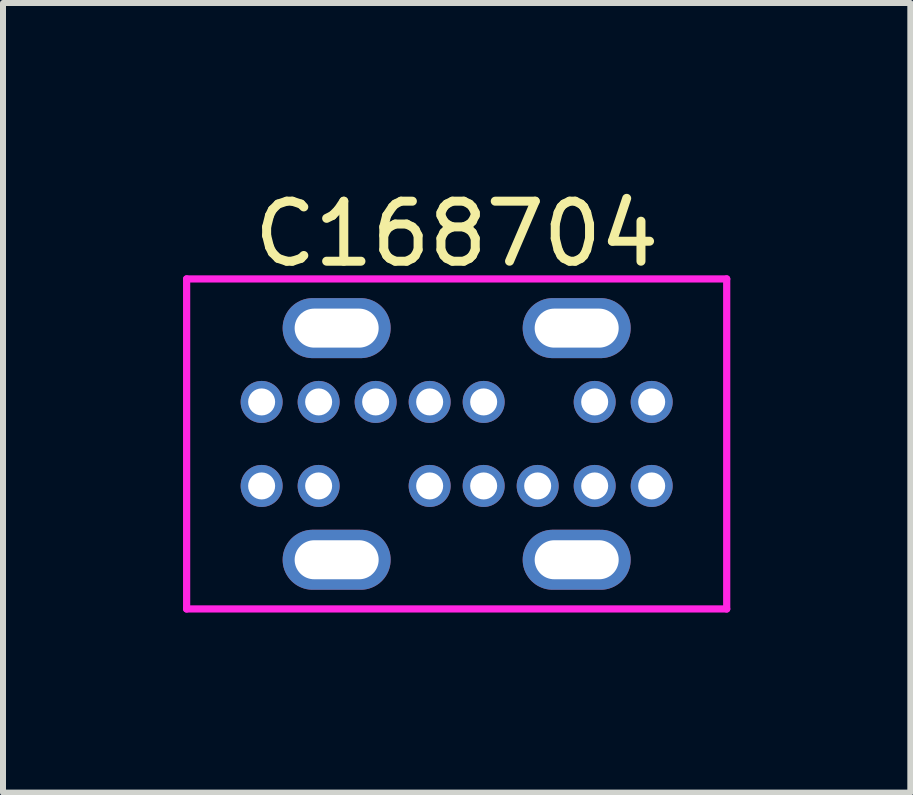
<source format=kicad_pcb>
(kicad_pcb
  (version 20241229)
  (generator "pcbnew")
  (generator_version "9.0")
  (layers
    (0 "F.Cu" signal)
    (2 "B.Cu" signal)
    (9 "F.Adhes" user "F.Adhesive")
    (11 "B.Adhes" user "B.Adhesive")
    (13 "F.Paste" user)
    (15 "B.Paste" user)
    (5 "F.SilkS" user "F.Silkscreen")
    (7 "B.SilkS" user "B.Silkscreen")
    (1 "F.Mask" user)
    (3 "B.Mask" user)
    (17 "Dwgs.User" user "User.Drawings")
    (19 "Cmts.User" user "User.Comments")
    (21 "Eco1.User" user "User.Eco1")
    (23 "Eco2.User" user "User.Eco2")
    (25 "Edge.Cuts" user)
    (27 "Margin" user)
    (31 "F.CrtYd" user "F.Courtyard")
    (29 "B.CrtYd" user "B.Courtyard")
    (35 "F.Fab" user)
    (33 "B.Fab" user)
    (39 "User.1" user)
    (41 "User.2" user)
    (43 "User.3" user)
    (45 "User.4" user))
  (footprint "C168704"
    (layer "F.Cu")
    (at 4.56 4.348)
    (property "Reference" "C168704" (at 0 -3.5 0) (layer "F.SilkS") (effects (font (size 1 1) (thickness 0.15))))
    (attr through_hole)
    (fp_line (start -4.5 -2.75) (end -4.5 2.75) (stroke (width 0.12) (type solid)) (layer "F.CrtYd"))
    (fp_line (start -4.5 -2.75) (end 4.5 -2.75) (stroke (width 0.12) (type solid)) (layer "F.CrtYd"))
    (fp_line (start 4.5 -2.75) (end 4.5 2.75) (stroke (width 0.12) (type solid)) (layer "F.CrtYd"))
    (fp_line (start 4.5 2.75) (end -4.5 2.75) (stroke (width 0.12) (type solid)) (layer "F.CrtYd"))
    (pad "1" thru_hole circle (at -0.45 0.7) (size 0.7 0.7) (drill 0.45) (layers "*.Cu" "*.Mask"))
    (pad "1" thru_hole circle (at 0.45 -0.7) (size 0.7 0.7) (drill 0.45) (layers "*.Cu" "*.Mask"))
    (pad "2" thru_hole circle (at -0.45 -0.7) (size 0.7 0.7) (drill 0.45) (layers "*.Cu" "*.Mask"))
    (pad "2" thru_hole circle (at 0.45 0.7) (size 0.7 0.7) (drill 0.45) (layers "*.Cu" "*.Mask"))
    (pad "3" thru_hole circle (at -1.35 -0.7) (size 0.7 0.7) (drill 0.45) (layers "*.Cu" "*.Mask"))
    (pad "4" thru_hole circle (at 1.35 0.7) (size 0.7 0.7) (drill 0.45) (layers "*.Cu" "*.Mask"))
    (pad "5" thru_hole circle (at -2.3 -0.7) (size 0.7 0.7) (drill 0.45) (layers "*.Cu" "*.Mask"))
    (pad "5" thru_hole circle (at -2.3 0.7) (size 0.7 0.7) (drill 0.45) (layers "*.Cu" "*.Mask"))
    (pad "5" thru_hole circle (at 2.3 -0.7) (size 0.7 0.7) (drill 0.45) (layers "*.Cu" "*.Mask"))
    (pad "5" thru_hole circle (at 2.3 0.7) (size 0.7 0.7) (drill 0.45) (layers "*.Cu" "*.Mask"))
    (pad "6" thru_hole circle (at -3.25 -0.7) (size 0.7 0.7) (drill 0.45) (layers "*.Cu" "*.Mask"))
    (pad "6" thru_hole circle (at -3.25 0.7) (size 0.7 0.7) (drill 0.45) (layers "*.Cu" "*.Mask"))
    (pad "6" thru_hole circle (at 3.25 -0.7) (size 0.7 0.7) (drill 0.45) (layers "*.Cu" "*.Mask"))
    (pad "6" thru_hole circle (at 3.25 0.7) (size 0.7 0.7) (drill 0.45) (layers "*.Cu" "*.Mask"))
    (pad "S" thru_hole oval (at -2 -1.93) (size 1.8 1) (drill oval 1.4 0.65) (layers "*.Cu" "*.Mask"))
    (pad "S" thru_hole oval (at -2 1.93) (size 1.8 1) (drill oval 1.4 0.65) (layers "*.Cu" "*.Mask"))
    (pad "S" thru_hole oval (at 2 -1.93) (size 1.8 1) (drill oval 1.4 0.65) (layers "*.Cu" "*.Mask"))
    (pad "S" thru_hole oval (at 2 1.93) (size 1.8 1) (drill oval 1.4 0.65) (layers "*.Cu" "*.Mask")))
  (gr_rect
    (start -3 -3)
    (end 12.12 10.158)
    (stroke (width 0.1) (type default))
    (fill no)
    (layer "Edge.Cuts")))
</source>
